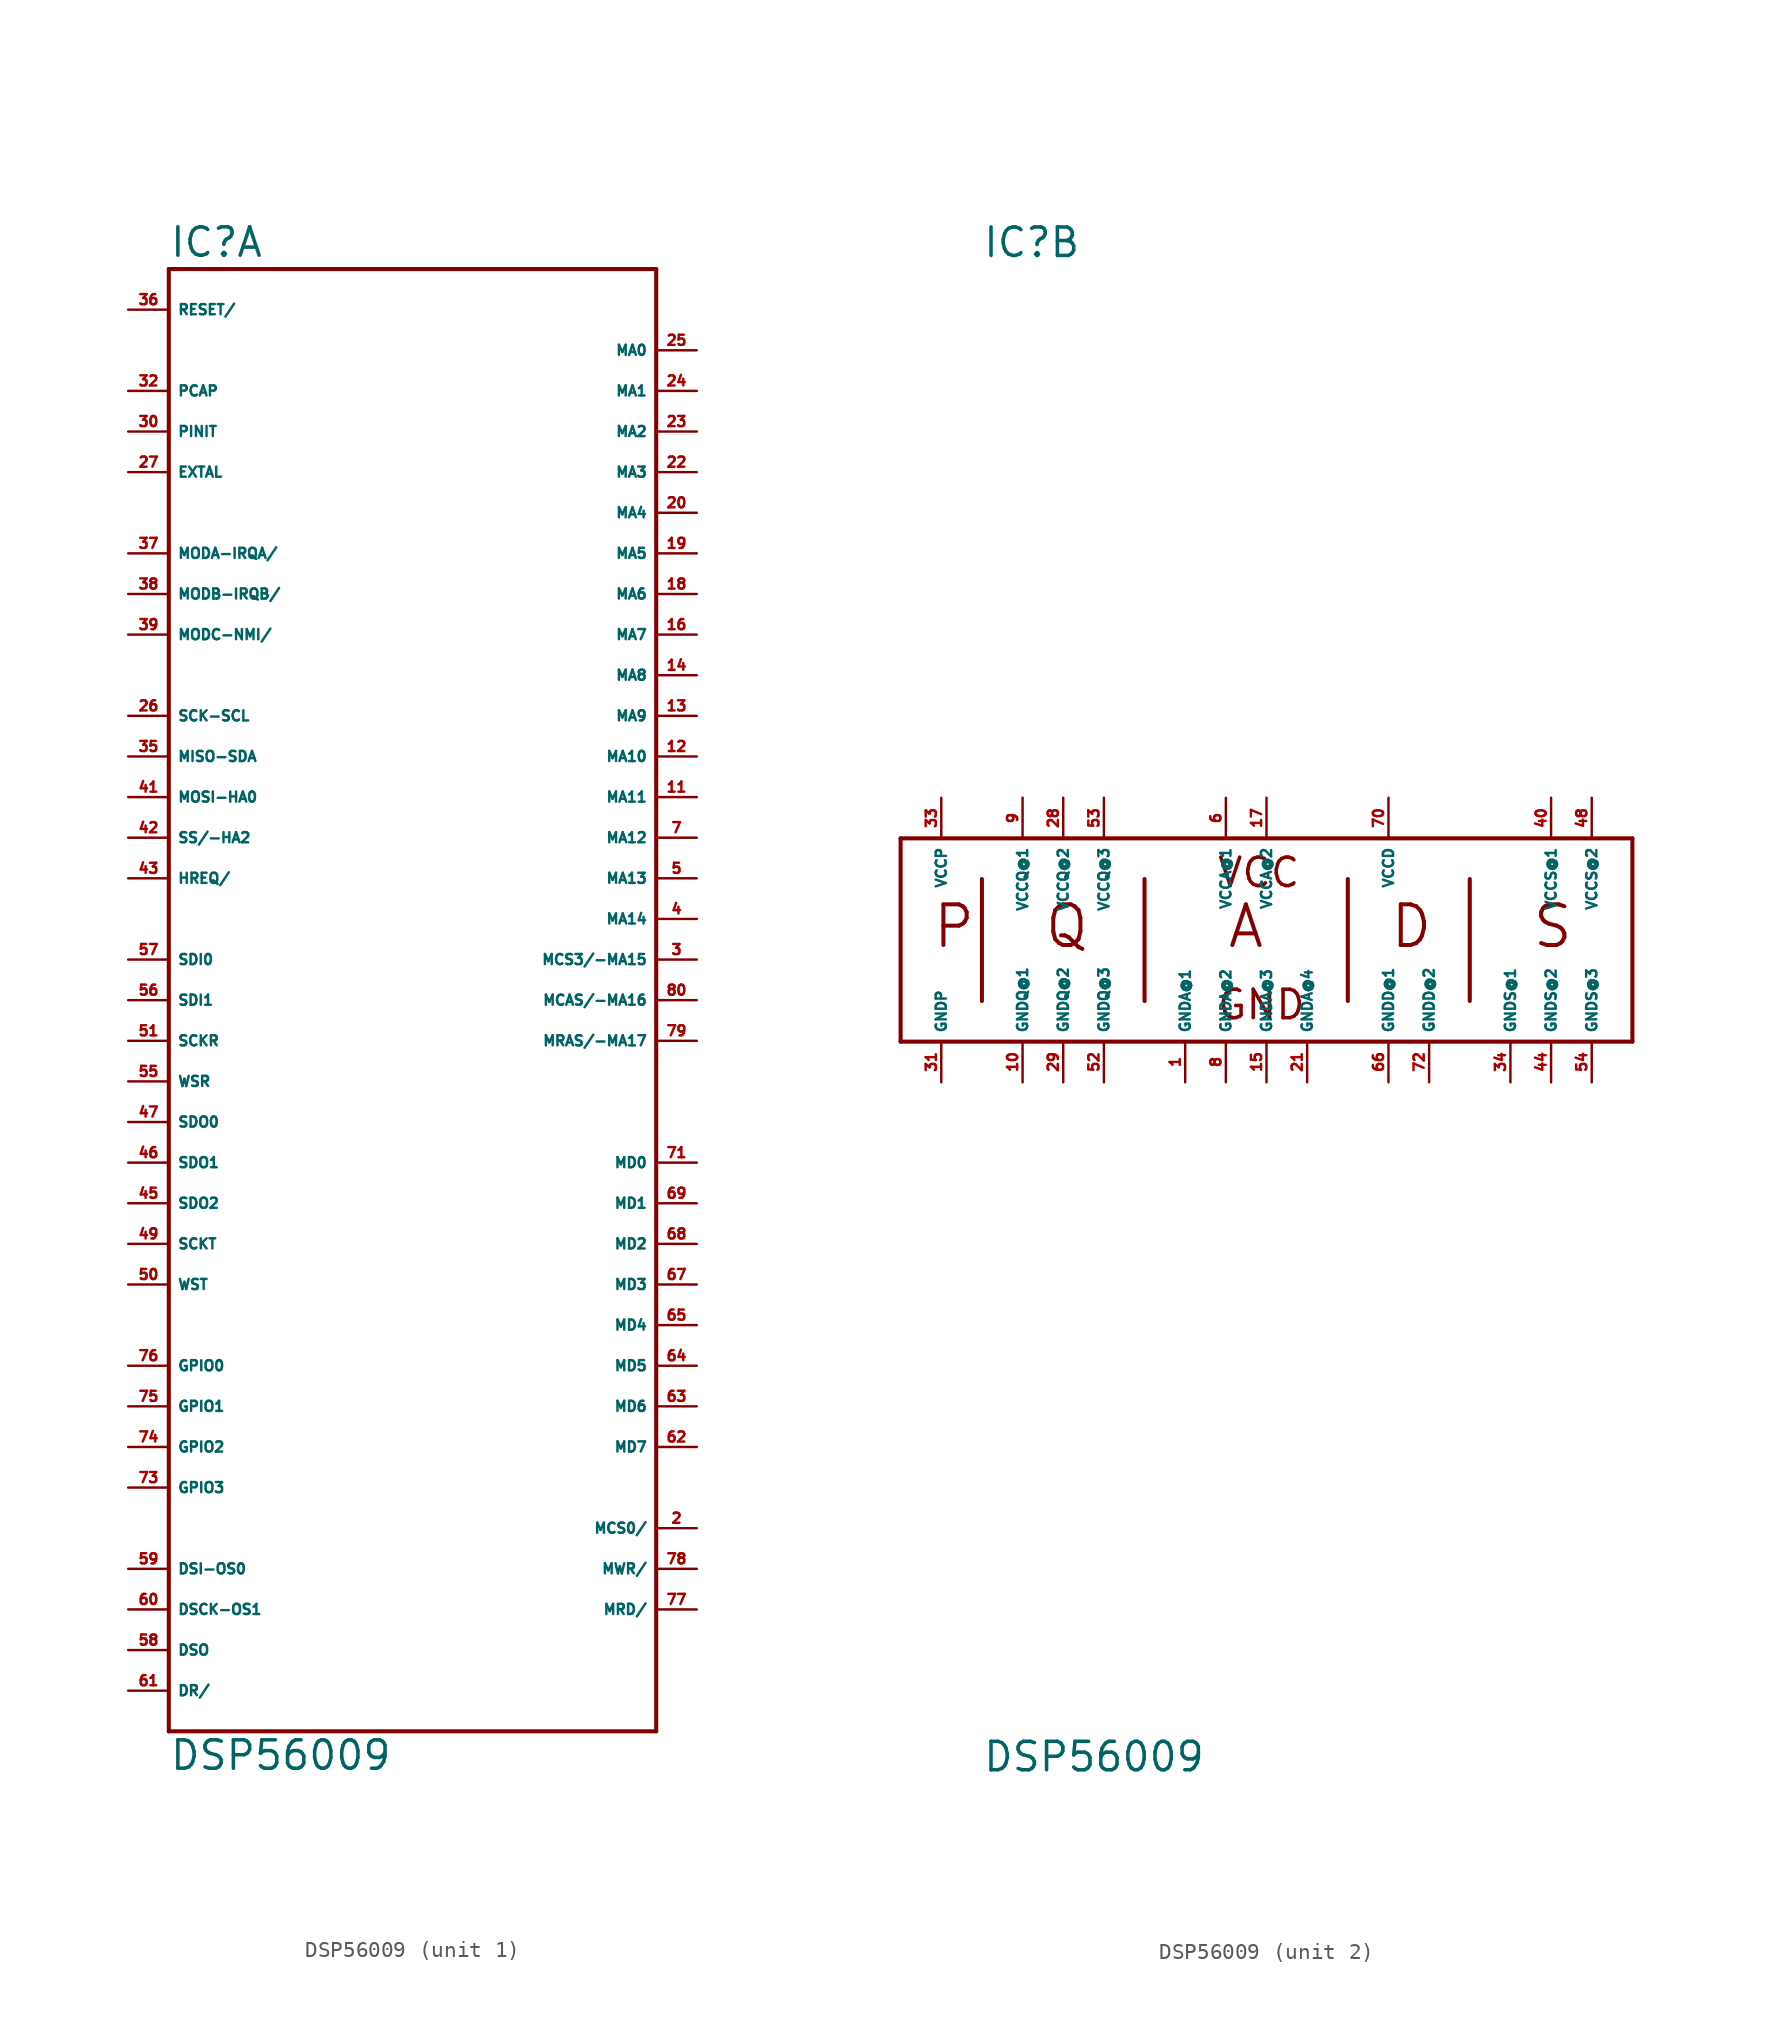
<source format=kicad_sym>
(kicad_symbol_lib
  (version 20220914)
  (generator Eagle2Kicad)
  (symbol "DSP56009"
    (property "Reference" "IC"
      (at -15.24 43.815 0)
      (effects (font (size 1.778 1.778) (thickness 0.22)) (justify left bottom)))
    (property "Value" "DSP56009"
      (at -15.24 -50.8 0)
      (effects (font (size 1.778 1.778) (thickness 0.22)) (justify left bottom)))
    (symbol "DSP56009_1_0"
      (polyline (pts (xy -15.24 43.18) (xy 15.24 43.18)) (stroke (width 0.254) (type default)) (fill (type none)))
      (polyline (pts (xy 15.24 43.18) (xy 15.24 -48.26)) (stroke (width 0.254) (type default)) (fill (type none)))
      (polyline (pts (xy 15.24 -48.26) (xy -15.24 -48.26)) (stroke (width 0.254) (type default)) (fill (type none)))
      (polyline (pts (xy -15.24 -48.26) (xy -15.24 43.18)) (stroke (width 0.254) (type default)) (fill (type none)))
      (pin input line (at -17.78 35.56 0) (length 2.54) (name "PCAP" (effects (font (size 0.635 0.635) (thickness 0.08)) (justify left bottom))) (number "32" (effects (font (size 0.635 0.635) (thickness 0.08)) (justify left bottom))))
      (pin input line (at -17.78 33.02 0) (length 2.54) (name "PINIT" (effects (font (size 0.635 0.635) (thickness 0.08)) (justify left bottom))) (number "30" (effects (font (size 0.635 0.635) (thickness 0.08)) (justify left bottom))))
      (pin input line (at -17.78 30.48 0) (length 2.54) (name "EXTAL" (effects (font (size 0.635 0.635) (thickness 0.08)) (justify left bottom))) (number "27" (effects (font (size 0.635 0.635) (thickness 0.08)) (justify left bottom))))
      (pin output line (at 17.78 38.1 180) (length 2.54) (name "MA0" (effects (font (size 0.635 0.635) (thickness 0.08)) (justify left bottom))) (number "25" (effects (font (size 0.635 0.635) (thickness 0.08)) (justify left bottom))))
      (pin output line (at 17.78 35.56 180) (length 2.54) (name "MA1" (effects (font (size 0.635 0.635) (thickness 0.08)) (justify left bottom))) (number "24" (effects (font (size 0.635 0.635) (thickness 0.08)) (justify left bottom))))
      (pin output line (at 17.78 33.02 180) (length 2.54) (name "MA2" (effects (font (size 0.635 0.635) (thickness 0.08)) (justify left bottom))) (number "23" (effects (font (size 0.635 0.635) (thickness 0.08)) (justify left bottom))))
      (pin output line (at 17.78 30.48 180) (length 2.54) (name "MA3" (effects (font (size 0.635 0.635) (thickness 0.08)) (justify left bottom))) (number "22" (effects (font (size 0.635 0.635) (thickness 0.08)) (justify left bottom))))
      (pin output line (at 17.78 27.94 180) (length 2.54) (name "MA4" (effects (font (size 0.635 0.635) (thickness 0.08)) (justify left bottom))) (number "20" (effects (font (size 0.635 0.635) (thickness 0.08)) (justify left bottom))))
      (pin output line (at 17.78 25.4 180) (length 2.54) (name "MA5" (effects (font (size 0.635 0.635) (thickness 0.08)) (justify left bottom))) (number "19" (effects (font (size 0.635 0.635) (thickness 0.08)) (justify left bottom))))
      (pin output line (at 17.78 22.86 180) (length 2.54) (name "MA6" (effects (font (size 0.635 0.635) (thickness 0.08)) (justify left bottom))) (number "18" (effects (font (size 0.635 0.635) (thickness 0.08)) (justify left bottom))))
      (pin output line (at 17.78 20.32 180) (length 2.54) (name "MA7" (effects (font (size 0.635 0.635) (thickness 0.08)) (justify left bottom))) (number "16" (effects (font (size 0.635 0.635) (thickness 0.08)) (justify left bottom))))
      (pin output line (at 17.78 17.78 180) (length 2.54) (name "MA8" (effects (font (size 0.635 0.635) (thickness 0.08)) (justify left bottom))) (number "14" (effects (font (size 0.635 0.635) (thickness 0.08)) (justify left bottom))))
      (pin output line (at 17.78 15.24 180) (length 2.54) (name "MA9" (effects (font (size 0.635 0.635) (thickness 0.08)) (justify left bottom))) (number "13" (effects (font (size 0.635 0.635) (thickness 0.08)) (justify left bottom))))
      (pin output line (at 17.78 12.7 180) (length 2.54) (name "MA10" (effects (font (size 0.635 0.635) (thickness 0.08)) (justify left bottom))) (number "12" (effects (font (size 0.635 0.635) (thickness 0.08)) (justify left bottom))))
      (pin output line (at 17.78 10.16 180) (length 2.54) (name "MA11" (effects (font (size 0.635 0.635) (thickness 0.08)) (justify left bottom))) (number "11" (effects (font (size 0.635 0.635) (thickness 0.08)) (justify left bottom))))
      (pin output line (at 17.78 7.62 180) (length 2.54) (name "MA12" (effects (font (size 0.635 0.635) (thickness 0.08)) (justify left bottom))) (number "7" (effects (font (size 0.635 0.635) (thickness 0.08)) (justify left bottom))))
      (pin output line (at 17.78 5.08 180) (length 2.54) (name "MA13" (effects (font (size 0.635 0.635) (thickness 0.08)) (justify left bottom))) (number "5" (effects (font (size 0.635 0.635) (thickness 0.08)) (justify left bottom))))
      (pin output line (at 17.78 2.54 180) (length 2.54) (name "MA14" (effects (font (size 0.635 0.635) (thickness 0.08)) (justify left bottom))) (number "4" (effects (font (size 0.635 0.635) (thickness 0.08)) (justify left bottom))))
      (pin bidirectional line (at 17.78 -12.7 180) (length 2.54) (name "MD0" (effects (font (size 0.635 0.635) (thickness 0.08)) (justify left bottom))) (number "71" (effects (font (size 0.635 0.635) (thickness 0.08)) (justify left bottom))))
      (pin bidirectional line (at 17.78 -15.24 180) (length 2.54) (name "MD1" (effects (font (size 0.635 0.635) (thickness 0.08)) (justify left bottom))) (number "69" (effects (font (size 0.635 0.635) (thickness 0.08)) (justify left bottom))))
      (pin bidirectional line (at 17.78 -17.78 180) (length 2.54) (name "MD2" (effects (font (size 0.635 0.635) (thickness 0.08)) (justify left bottom))) (number "68" (effects (font (size 0.635 0.635) (thickness 0.08)) (justify left bottom))))
      (pin bidirectional line (at 17.78 -20.32 180) (length 2.54) (name "MD3" (effects (font (size 0.635 0.635) (thickness 0.08)) (justify left bottom))) (number "67" (effects (font (size 0.635 0.635) (thickness 0.08)) (justify left bottom))))
      (pin bidirectional line (at 17.78 -22.86 180) (length 2.54) (name "MD4" (effects (font (size 0.635 0.635) (thickness 0.08)) (justify left bottom))) (number "65" (effects (font (size 0.635 0.635) (thickness 0.08)) (justify left bottom))))
      (pin bidirectional line (at 17.78 -25.4 180) (length 2.54) (name "MD5" (effects (font (size 0.635 0.635) (thickness 0.08)) (justify left bottom))) (number "64" (effects (font (size 0.635 0.635) (thickness 0.08)) (justify left bottom))))
      (pin bidirectional line (at 17.78 -27.94 180) (length 2.54) (name "MD6" (effects (font (size 0.635 0.635) (thickness 0.08)) (justify left bottom))) (number "63" (effects (font (size 0.635 0.635) (thickness 0.08)) (justify left bottom))))
      (pin bidirectional line (at 17.78 -30.48 180) (length 2.54) (name "MD7" (effects (font (size 0.635 0.635) (thickness 0.08)) (justify left bottom))) (number "62" (effects (font (size 0.635 0.635) (thickness 0.08)) (justify left bottom))))
      (pin output line (at 17.78 0 180) (length 2.54) (name "MCS3/-MA15" (effects (font (size 0.635 0.635) (thickness 0.08)) (justify left bottom))) (number "3" (effects (font (size 0.635 0.635) (thickness 0.08)) (justify left bottom))))
      (pin output line (at 17.78 -2.54 180) (length 2.54) (name "MCAS/-MA16" (effects (font (size 0.635 0.635) (thickness 0.08)) (justify left bottom))) (number "80" (effects (font (size 0.635 0.635) (thickness 0.08)) (justify left bottom))))
      (pin output line (at 17.78 -5.08 180) (length 2.54) (name "MRAS/-MA17" (effects (font (size 0.635 0.635) (thickness 0.08)) (justify left bottom))) (number "79" (effects (font (size 0.635 0.635) (thickness 0.08)) (justify left bottom))))
      (pin output line (at 17.78 -35.56 180) (length 2.54) (name "MCS0/" (effects (font (size 0.635 0.635) (thickness 0.08)) (justify left bottom))) (number "2" (effects (font (size 0.635 0.635) (thickness 0.08)) (justify left bottom))))
      (pin output line (at 17.78 -38.1 180) (length 2.54) (name "MWR/" (effects (font (size 0.635 0.635) (thickness 0.08)) (justify left bottom))) (number "78" (effects (font (size 0.635 0.635) (thickness 0.08)) (justify left bottom))))
      (pin output line (at 17.78 -40.64 180) (length 2.54) (name "MRD/" (effects (font (size 0.635 0.635) (thickness 0.08)) (justify left bottom))) (number "77" (effects (font (size 0.635 0.635) (thickness 0.08)) (justify left bottom))))
      (pin input line (at -17.78 25.4 0) (length 2.54) (name "MODA-IRQA/" (effects (font (size 0.635 0.635) (thickness 0.08)) (justify left bottom))) (number "37" (effects (font (size 0.635 0.635) (thickness 0.08)) (justify left bottom))))
      (pin input line (at -17.78 22.86 0) (length 2.54) (name "MODB-IRQB/" (effects (font (size 0.635 0.635) (thickness 0.08)) (justify left bottom))) (number "38" (effects (font (size 0.635 0.635) (thickness 0.08)) (justify left bottom))))
      (pin input line (at -17.78 20.32 0) (length 2.54) (name "MODC-NMI/" (effects (font (size 0.635 0.635) (thickness 0.08)) (justify left bottom))) (number "39" (effects (font (size 0.635 0.635) (thickness 0.08)) (justify left bottom))))
      (pin input line (at -17.78 40.64 0) (length 2.54) (name "RESET/" (effects (font (size 0.635 0.635) (thickness 0.08)) (justify left bottom))) (number "36" (effects (font (size 0.635 0.635) (thickness 0.08)) (justify left bottom))))
      (pin bidirectional line (at -17.78 15.24 0) (length 2.54) (name "SCK-SCL" (effects (font (size 0.635 0.635) (thickness 0.08)) (justify left bottom))) (number "26" (effects (font (size 0.635 0.635) (thickness 0.08)) (justify left bottom))))
      (pin bidirectional line (at -17.78 12.7 0) (length 2.54) (name "MISO-SDA" (effects (font (size 0.635 0.635) (thickness 0.08)) (justify left bottom))) (number "35" (effects (font (size 0.635 0.635) (thickness 0.08)) (justify left bottom))))
      (pin bidirectional line (at -17.78 10.16 0) (length 2.54) (name "MOSI-HA0" (effects (font (size 0.635 0.635) (thickness 0.08)) (justify left bottom))) (number "41" (effects (font (size 0.635 0.635) (thickness 0.08)) (justify left bottom))))
      (pin input line (at -17.78 7.62 0) (length 2.54) (name "SS/-HA2" (effects (font (size 0.635 0.635) (thickness 0.08)) (justify left bottom))) (number "42" (effects (font (size 0.635 0.635) (thickness 0.08)) (justify left bottom))))
      (pin bidirectional line (at -17.78 5.08 0) (length 2.54) (name "HREQ/" (effects (font (size 0.635 0.635) (thickness 0.08)) (justify left bottom))) (number "43" (effects (font (size 0.635 0.635) (thickness 0.08)) (justify left bottom))))
      (pin input line (at -17.78 0 0) (length 2.54) (name "SDI0" (effects (font (size 0.635 0.635) (thickness 0.08)) (justify left bottom))) (number "57" (effects (font (size 0.635 0.635) (thickness 0.08)) (justify left bottom))))
      (pin input line (at -17.78 -2.54 0) (length 2.54) (name "SDI1" (effects (font (size 0.635 0.635) (thickness 0.08)) (justify left bottom))) (number "56" (effects (font (size 0.635 0.635) (thickness 0.08)) (justify left bottom))))
      (pin bidirectional line (at -17.78 -5.08 0) (length 2.54) (name "SCKR" (effects (font (size 0.635 0.635) (thickness 0.08)) (justify left bottom))) (number "51" (effects (font (size 0.635 0.635) (thickness 0.08)) (justify left bottom))))
      (pin bidirectional line (at -17.78 -7.62 0) (length 2.54) (name "WSR" (effects (font (size 0.635 0.635) (thickness 0.08)) (justify left bottom))) (number "55" (effects (font (size 0.635 0.635) (thickness 0.08)) (justify left bottom))))
      (pin output line (at -17.78 -10.16 0) (length 2.54) (name "SDO0" (effects (font (size 0.635 0.635) (thickness 0.08)) (justify left bottom))) (number "47" (effects (font (size 0.635 0.635) (thickness 0.08)) (justify left bottom))))
      (pin output line (at -17.78 -12.7 0) (length 2.54) (name "SDO1" (effects (font (size 0.635 0.635) (thickness 0.08)) (justify left bottom))) (number "46" (effects (font (size 0.635 0.635) (thickness 0.08)) (justify left bottom))))
      (pin output line (at -17.78 -15.24 0) (length 2.54) (name "SDO2" (effects (font (size 0.635 0.635) (thickness 0.08)) (justify left bottom))) (number "45" (effects (font (size 0.635 0.635) (thickness 0.08)) (justify left bottom))))
      (pin bidirectional line (at -17.78 -17.78 0) (length 2.54) (name "SCKT" (effects (font (size 0.635 0.635) (thickness 0.08)) (justify left bottom))) (number "49" (effects (font (size 0.635 0.635) (thickness 0.08)) (justify left bottom))))
      (pin bidirectional line (at -17.78 -20.32 0) (length 2.54) (name "WST" (effects (font (size 0.635 0.635) (thickness 0.08)) (justify left bottom))) (number "50" (effects (font (size 0.635 0.635) (thickness 0.08)) (justify left bottom))))
      (pin bidirectional line (at -17.78 -25.4 0) (length 2.54) (name "GPIO0" (effects (font (size 0.635 0.635) (thickness 0.08)) (justify left bottom))) (number "76" (effects (font (size 0.635 0.635) (thickness 0.08)) (justify left bottom))))
      (pin bidirectional line (at -17.78 -27.94 0) (length 2.54) (name "GPIO1" (effects (font (size 0.635 0.635) (thickness 0.08)) (justify left bottom))) (number "75" (effects (font (size 0.635 0.635) (thickness 0.08)) (justify left bottom))))
      (pin bidirectional line (at -17.78 -30.48 0) (length 2.54) (name "GPIO2" (effects (font (size 0.635 0.635) (thickness 0.08)) (justify left bottom))) (number "74" (effects (font (size 0.635 0.635) (thickness 0.08)) (justify left bottom))))
      (pin bidirectional line (at -17.78 -33.02 0) (length 2.54) (name "GPIO3" (effects (font (size 0.635 0.635) (thickness 0.08)) (justify left bottom))) (number "73" (effects (font (size 0.635 0.635) (thickness 0.08)) (justify left bottom))))
      (pin bidirectional line (at -17.78 -38.1 0) (length 2.54) (name "DSI-OS0" (effects (font (size 0.635 0.635) (thickness 0.08)) (justify left bottom))) (number "59" (effects (font (size 0.635 0.635) (thickness 0.08)) (justify left bottom))))
      (pin bidirectional line (at -17.78 -40.64 0) (length 2.54) (name "DSCK-OS1" (effects (font (size 0.635 0.635) (thickness 0.08)) (justify left bottom))) (number "60" (effects (font (size 0.635 0.635) (thickness 0.08)) (justify left bottom))))
      (pin output line (at -17.78 -43.18 0) (length 2.54) (name "DSO" (effects (font (size 0.635 0.635) (thickness 0.08)) (justify left bottom))) (number "58" (effects (font (size 0.635 0.635) (thickness 0.08)) (justify left bottom))))
      (pin input line (at -17.78 -45.72 0) (length 2.54) (name "DR/" (effects (font (size 0.635 0.635) (thickness 0.08)) (justify left bottom))) (number "61" (effects (font (size 0.635 0.635) (thickness 0.08)) (justify left bottom)))))
    (symbol "DSP56009_2_0"
      (polyline (pts (xy -20.32 7.62) (xy 25.4 7.62)) (stroke (width 0.254) (type default)) (fill (type none)))
      (polyline (pts (xy 25.4 7.62) (xy 25.4 -5.08)) (stroke (width 0.254) (type default)) (fill (type none)))
      (polyline (pts (xy 25.4 -5.08) (xy -20.32 -5.08)) (stroke (width 0.254) (type default)) (fill (type none)))
      (polyline (pts (xy -20.32 -5.08) (xy -20.32 7.62)) (stroke (width 0.254) (type default)) (fill (type none)))
      (polyline (pts (xy -15.24 5.08) (xy -15.24 -2.54)) (stroke (width 0.254) (type default)) (fill (type none)))
      (polyline (pts (xy -5.08 5.08) (xy -5.08 -2.54)) (stroke (width 0.254) (type default)) (fill (type none)))
      (polyline (pts (xy 7.62 5.08) (xy 7.62 -2.54)) (stroke (width 0.254) (type default)) (fill (type none)))
      (polyline (pts (xy 15.24 5.08) (xy 15.24 -2.54)) (stroke (width 0.254) (type default)) (fill (type none)))
      (text "GND" (at -0.635 -3.81 0) (effects (font (size 1.778 1.778) (thickness 0.22)) (justify left bottom)))
      (text "VCC" (at -0.635 4.445 0) (effects (font (size 1.778 1.778) (thickness 0.22)) (justify left bottom)))
      (text "P" (at -18.415 0.635 0) (effects (font (size 2.54 2.54) (thickness 0.25)) (justify left bottom)))
      (text "Q" (at -11.43 0.635 0) (effects (font (size 2.54 2.54) (thickness 0.25)) (justify left bottom)))
      (text "A" (at 0 0.635 0) (effects (font (size 2.54 2.54) (thickness 0.25)) (justify left bottom)))
      (text "D" (at 10.16 0.635 0) (effects (font (size 2.54 2.54) (thickness 0.25)) (justify left bottom)))
      (text "S" (at 19.05 0.635 0) (effects (font (size 2.54 2.54) (thickness 0.25)) (justify left bottom)))
      (pin unspecified line (at -17.78 10.16 270) (length 2.54) (name "VCCP" (effects (font (size 0.635 0.635) (thickness 0.08)) (justify left bottom))) (number "33" (effects (font (size 0.635 0.635) (thickness 0.08)) (justify left bottom))))
      (pin unspecified line (at -12.7 10.16 270) (length 2.54) (name "VCCQ@1" (effects (font (size 0.635 0.635) (thickness 0.08)) (justify left bottom))) (number "9" (effects (font (size 0.635 0.635) (thickness 0.08)) (justify left bottom))))
      (pin unspecified line (at -10.16 10.16 270) (length 2.54) (name "VCCQ@2" (effects (font (size 0.635 0.635) (thickness 0.08)) (justify left bottom))) (number "28" (effects (font (size 0.635 0.635) (thickness 0.08)) (justify left bottom))))
      (pin unspecified line (at -7.62 10.16 270) (length 2.54) (name "VCCQ@3" (effects (font (size 0.635 0.635) (thickness 0.08)) (justify left bottom))) (number "53" (effects (font (size 0.635 0.635) (thickness 0.08)) (justify left bottom))))
      (pin unspecified line (at 0 10.16 270) (length 2.54) (name "VCCA@1" (effects (font (size 0.635 0.635) (thickness 0.08)) (justify left bottom))) (number "6" (effects (font (size 0.635 0.635) (thickness 0.08)) (justify left bottom))))
      (pin unspecified line (at 2.54 10.16 270) (length 2.54) (name "VCCA@2" (effects (font (size 0.635 0.635) (thickness 0.08)) (justify left bottom))) (number "17" (effects (font (size 0.635 0.635) (thickness 0.08)) (justify left bottom))))
      (pin unspecified line (at 10.16 10.16 270) (length 2.54) (name "VCCD" (effects (font (size 0.635 0.635) (thickness 0.08)) (justify left bottom))) (number "70" (effects (font (size 0.635 0.635) (thickness 0.08)) (justify left bottom))))
      (pin unspecified line (at 20.32 10.16 270) (length 2.54) (name "VCCS@1" (effects (font (size 0.635 0.635) (thickness 0.08)) (justify left bottom))) (number "40" (effects (font (size 0.635 0.635) (thickness 0.08)) (justify left bottom))))
      (pin unspecified line (at 22.86 10.16 270) (length 2.54) (name "VCCS@2" (effects (font (size 0.635 0.635) (thickness 0.08)) (justify left bottom))) (number "48" (effects (font (size 0.635 0.635) (thickness 0.08)) (justify left bottom))))
      (pin unspecified line (at -17.78 -7.62 90) (length 2.54) (name "GNDP" (effects (font (size 0.635 0.635) (thickness 0.08)) (justify left bottom))) (number "31" (effects (font (size 0.635 0.635) (thickness 0.08)) (justify left bottom))))
      (pin unspecified line (at -12.7 -7.62 90) (length 2.54) (name "GNDQ@1" (effects (font (size 0.635 0.635) (thickness 0.08)) (justify left bottom))) (number "10" (effects (font (size 0.635 0.635) (thickness 0.08)) (justify left bottom))))
      (pin unspecified line (at -10.16 -7.62 90) (length 2.54) (name "GNDQ@2" (effects (font (size 0.635 0.635) (thickness 0.08)) (justify left bottom))) (number "29" (effects (font (size 0.635 0.635) (thickness 0.08)) (justify left bottom))))
      (pin unspecified line (at -7.62 -7.62 90) (length 2.54) (name "GNDQ@3" (effects (font (size 0.635 0.635) (thickness 0.08)) (justify left bottom))) (number "52" (effects (font (size 0.635 0.635) (thickness 0.08)) (justify left bottom))))
      (pin unspecified line (at -2.54 -7.62 90) (length 2.54) (name "GNDA@1" (effects (font (size 0.635 0.635) (thickness 0.08)) (justify left bottom))) (number "1" (effects (font (size 0.635 0.635) (thickness 0.08)) (justify left bottom))))
      (pin unspecified line (at 0 -7.62 90) (length 2.54) (name "GNDA@2" (effects (font (size 0.635 0.635) (thickness 0.08)) (justify left bottom))) (number "8" (effects (font (size 0.635 0.635) (thickness 0.08)) (justify left bottom))))
      (pin unspecified line (at 2.54 -7.62 90) (length 2.54) (name "GNDA@3" (effects (font (size 0.635 0.635) (thickness 0.08)) (justify left bottom))) (number "15" (effects (font (size 0.635 0.635) (thickness 0.08)) (justify left bottom))))
      (pin unspecified line (at 5.08 -7.62 90) (length 2.54) (name "GNDA@4" (effects (font (size 0.635 0.635) (thickness 0.08)) (justify left bottom))) (number "21" (effects (font (size 0.635 0.635) (thickness 0.08)) (justify left bottom))))
      (pin unspecified line (at 10.16 -7.62 90) (length 2.54) (name "GNDD@1" (effects (font (size 0.635 0.635) (thickness 0.08)) (justify left bottom))) (number "66" (effects (font (size 0.635 0.635) (thickness 0.08)) (justify left bottom))))
      (pin unspecified line (at 12.7 -7.62 90) (length 2.54) (name "GNDD@2" (effects (font (size 0.635 0.635) (thickness 0.08)) (justify left bottom))) (number "72" (effects (font (size 0.635 0.635) (thickness 0.08)) (justify left bottom))))
      (pin unspecified line (at 17.78 -7.62 90) (length 2.54) (name "GNDS@1" (effects (font (size 0.635 0.635) (thickness 0.08)) (justify left bottom))) (number "34" (effects (font (size 0.635 0.635) (thickness 0.08)) (justify left bottom))))
      (pin unspecified line (at 20.32 -7.62 90) (length 2.54) (name "GNDS@2" (effects (font (size 0.635 0.635) (thickness 0.08)) (justify left bottom))) (number "44" (effects (font (size 0.635 0.635) (thickness 0.08)) (justify left bottom))))
      (pin unspecified line (at 22.86 -7.62 90) (length 2.54) (name "GNDS@3" (effects (font (size 0.635 0.635) (thickness 0.08)) (justify left bottom))) (number "54" (effects (font (size 0.635 0.635) (thickness 0.08)) (justify left bottom)))))))
</source>
